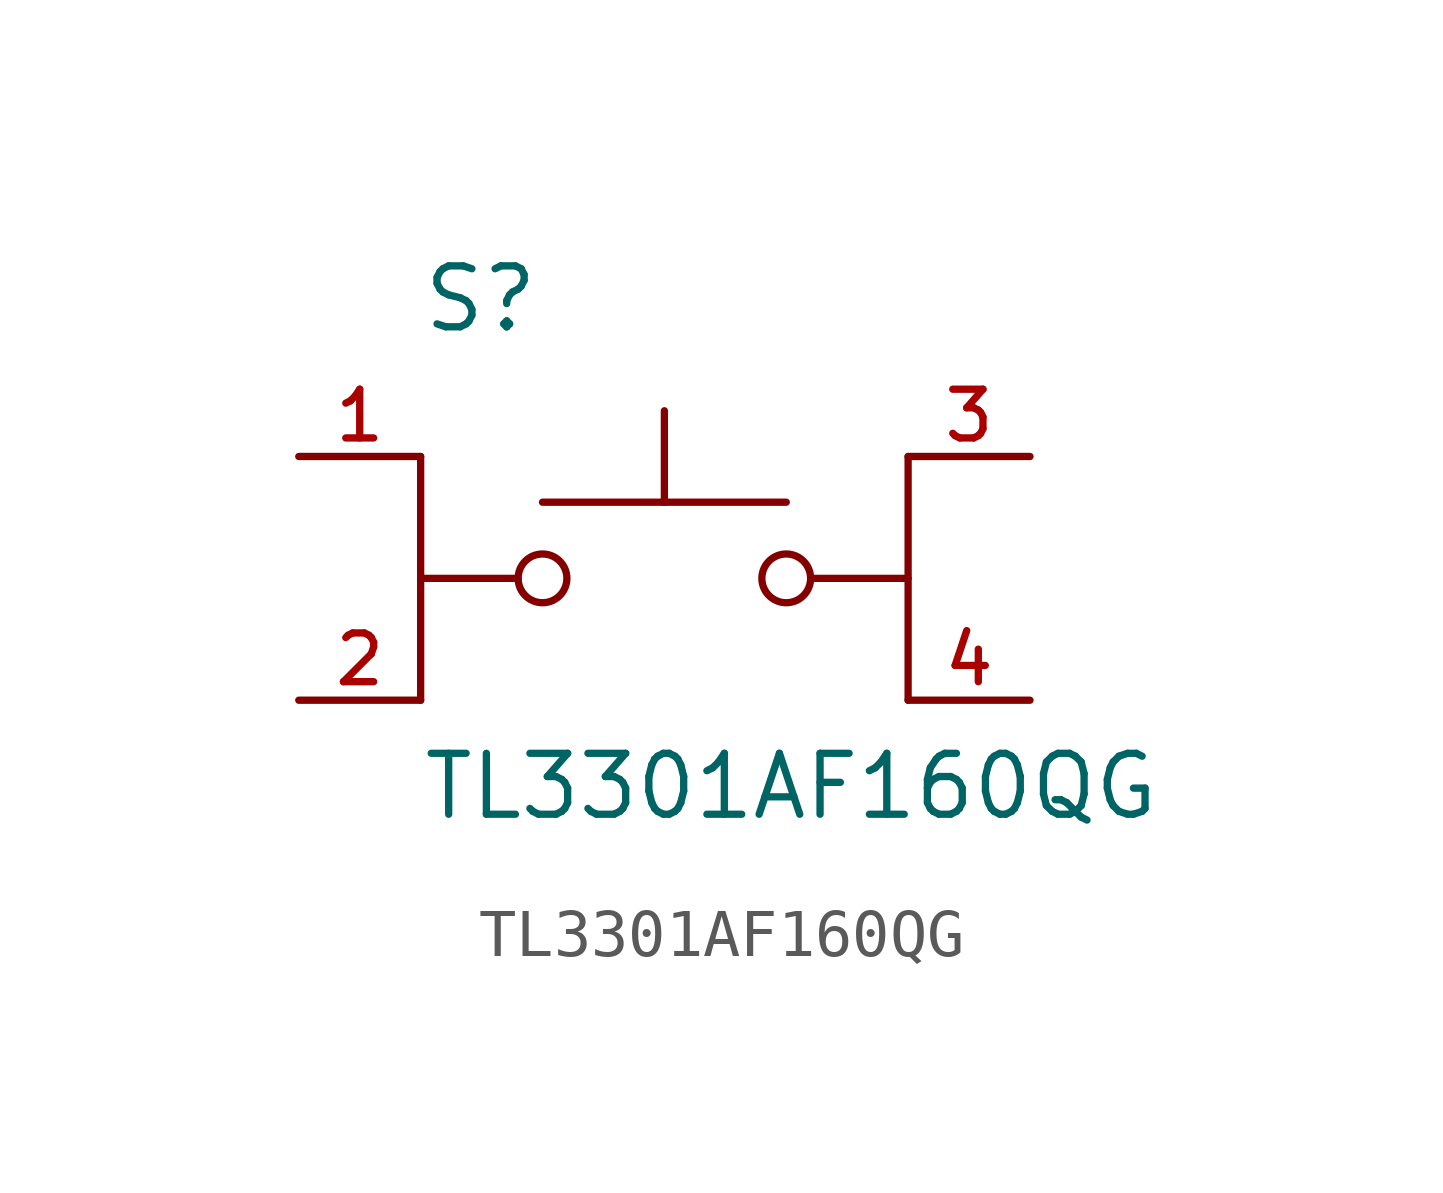
<source format=kicad_sym>
(kicad_symbol_lib
  (version 20211014)
  (generator kicad_symbol_editor)
  (symbol "TL3301AF160QG"
    (pin_names
      (offset 1.016))
    (property "Reference" "S"
      (at -5.08 5.08 0)
      (effects (font (size 1.27 1.27)) (justify bottom left)))
    (property "Value" "TL3301AF160QG"
      (at -5.08 -5.08 0)
      (effects (font (size 1.27 1.27)) (justify bottom left)))
    (symbol "TL3301AF160QG_0_0"
      (circle (center 2.54 0.0) (radius 0.508) (stroke (width 0.152)) (fill (type none)))
      (polyline (pts (xy 5.08 0.0) (xy 3.048 0.0)) (stroke (width 0.152)))
      (polyline (pts (xy -5.08 0.0) (xy -3.048 0.0)) (stroke (width 0.152)))
      (circle (center -2.54 0.0) (radius 0.508) (stroke (width 0.152)) (fill (type none)))
      (polyline (pts (xy -2.54 1.587) (xy 0.0 1.587)) (stroke (width 0.152)))
      (polyline (pts (xy 0.0 1.587) (xy 2.54 1.587)) (stroke (width 0.152)))
      (polyline (pts (xy 0.0 1.587) (xy 0.0 3.493)) (stroke (width 0.152)))
      (polyline (pts (xy -5.08 2.54) (xy -5.08 -2.54)) (stroke (width 0.152)))
      (polyline (pts (xy 5.08 2.54) (xy 5.08 -2.54)) (stroke (width 0.152)))
      (pin passive line (at -7.62 2.54 0) (length 2.54) (name "~" (effects (font (size 1.016 1.016)))) (number "1" (effects (font (size 1.016 1.016)))))
      (pin passive line (at -7.62 -2.54 0) (length 2.54) (name "~" (effects (font (size 1.016 1.016)))) (number "2" (effects (font (size 1.016 1.016)))))
      (pin passive line (at 7.62 2.54 180.0) (length 2.54) (name "~" (effects (font (size 1.016 1.016)))) (number "3" (effects (font (size 1.016 1.016)))))
      (pin passive line (at 7.62 -2.54 180.0) (length 2.54) (name "~" (effects (font (size 1.016 1.016)))) (number "4" (effects (font (size 1.016 1.016))))))))
</source>
